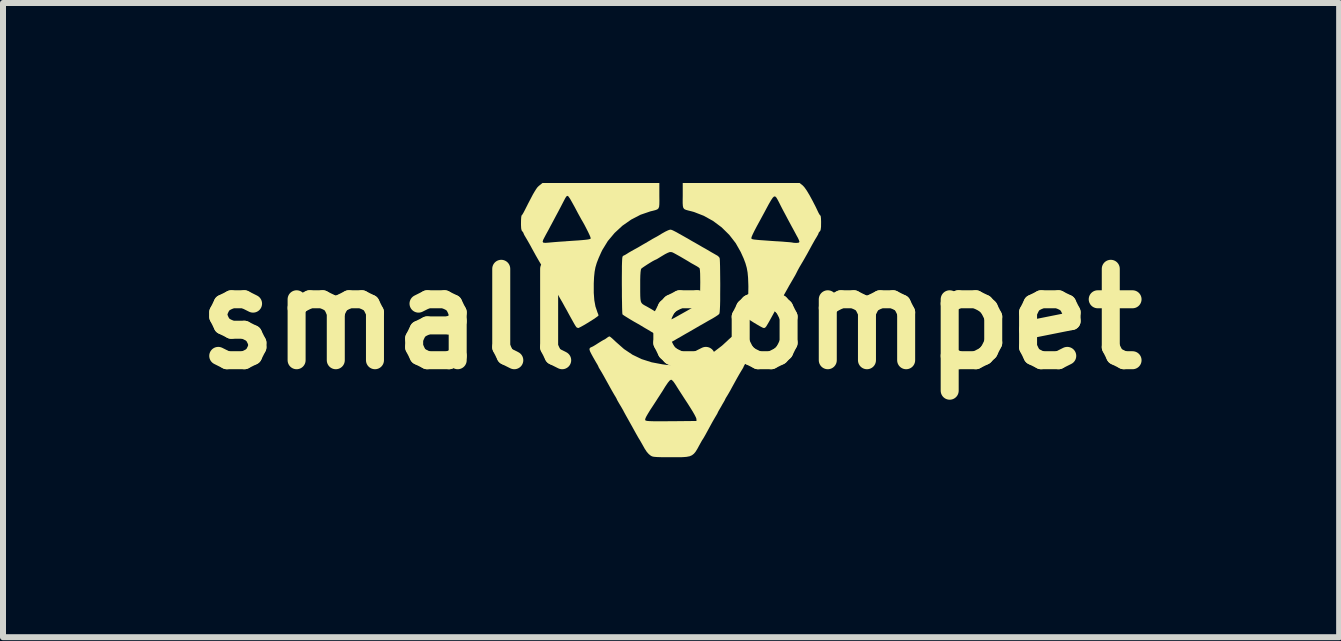
<source format=kicad_pcb>
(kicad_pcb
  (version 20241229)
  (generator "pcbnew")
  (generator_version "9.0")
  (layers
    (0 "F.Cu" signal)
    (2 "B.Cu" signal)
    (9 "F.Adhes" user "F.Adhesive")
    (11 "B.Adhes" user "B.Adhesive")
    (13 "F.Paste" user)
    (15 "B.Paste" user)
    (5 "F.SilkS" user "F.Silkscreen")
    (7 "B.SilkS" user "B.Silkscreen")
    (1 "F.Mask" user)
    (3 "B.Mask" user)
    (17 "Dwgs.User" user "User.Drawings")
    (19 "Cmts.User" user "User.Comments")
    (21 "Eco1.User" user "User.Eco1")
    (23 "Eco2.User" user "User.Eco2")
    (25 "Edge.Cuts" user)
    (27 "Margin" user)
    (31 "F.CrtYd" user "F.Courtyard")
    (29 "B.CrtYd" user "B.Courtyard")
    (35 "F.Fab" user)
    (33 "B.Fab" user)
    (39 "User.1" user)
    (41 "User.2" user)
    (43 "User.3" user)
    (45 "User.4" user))
  (footprint "small compet"
    (layer "F.Cu")
    (at 8.135 2.265)
    (property "Reference" "small compet" (at 0 0 0) (layer "F.SilkS") (effects (font (size 1.524 1.524) (thickness 0.3))))
    (attr board_only exclude_from_pos_files exclude_from_bom)
    (fp_poly (pts (xy -0.195 -2.051) (xy -0.194 -1.969) (xy -0.195 -1.909) (xy -0.199 -1.869) (xy -0.21 -1.842) (xy -0.229 -1.825) (xy -0.26 -1.813) (xy -0.306 -1.801) (xy -0.344 -1.792) (xy -0.508 -1.736) (xy -0.664 -1.655) (xy -0.81 -1.553) (xy -0.941 -1.432) (xy -1.054 -1.297) (xy -1.145 -1.149) (xy -1.163 -1.112) (xy -1.206 -1.016) (xy -1.238 -0.934) (xy -1.26 -0.86) (xy -1.274 -0.784) (xy -1.283 -0.697) (xy -1.288 -0.592) (xy -1.288 -0.578) (xy -1.288 -0.433) (xy -1.279 -0.311) (xy -1.26 -0.207) (xy -1.23 -0.119) (xy -1.229 -0.114) (xy -1.215 -0.08) (xy -1.209 -0.058) (xy -1.209 -0.056) (xy -1.22 -0.045) (xy -1.25 -0.023) (xy -1.294 0.007) (xy -1.346 0.04) (xy -1.401 0.074) (xy -1.455 0.106) (xy -1.5 0.131) (xy -1.534 0.148) (xy -1.548 0.153) (xy -1.573 0.143) (xy -1.58 0.135) (xy -1.592 0.118) (xy -1.612 0.085) (xy -1.64 0.035) (xy -1.679 -0.035) (xy -1.713 -0.097) (xy -1.736 -0.14) (xy -1.769 -0.198) (xy -1.806 -0.266) (xy -1.845 -0.333) (xy -1.883 -0.4) (xy -1.919 -0.464) (xy -1.949 -0.518) (xy -1.97 -0.555) (xy -1.97 -0.556) (xy -1.998 -0.604) (xy -2.026 -0.652) (xy -2.035 -0.667) (xy -2.061 -0.711) (xy -2.088 -0.762) (xy -2.096 -0.778) (xy -2.118 -0.821) (xy -2.138 -0.857) (xy -2.144 -0.868) (xy -2.195 -0.954) (xy -2.252 -1.053) (xy -2.317 -1.171) (xy -2.345 -1.223) (xy -2.375 -1.276) (xy -2.38 -1.285) (xy -2.14 -1.285) (xy -2.128 -1.27) (xy -2.094 -1.267) (xy -2.039 -1.271) (xy -1.985 -1.276) (xy -1.913 -1.282) (xy -1.832 -1.288) (xy -1.752 -1.293) (xy -1.751 -1.294) (xy -1.633 -1.302) (xy -1.541 -1.308) (xy -1.47 -1.314) (xy -1.418 -1.319) (xy -1.382 -1.324) (xy -1.359 -1.329) (xy -1.345 -1.334) (xy -1.339 -1.34) (xy -1.339 -1.342) (xy -1.343 -1.36) (xy -1.358 -1.397) (xy -1.382 -1.448) (xy -1.412 -1.507) (xy -1.445 -1.571) (xy -1.48 -1.633) (xy -1.494 -1.656) (xy -1.507 -1.68) (xy -1.529 -1.72) (xy -1.551 -1.76) (xy -1.606 -1.864) (xy -1.651 -1.945) (xy -1.684 -2.003) (xy -1.707 -2.036) (xy -1.715 -2.045) (xy -1.729 -2.051) (xy -1.743 -2.042) (xy -1.761 -2.016) (xy -1.782 -1.976) (xy -1.804 -1.934) (xy -1.834 -1.876) (xy -1.866 -1.815) (xy -1.878 -1.792) (xy -1.915 -1.723) (xy -1.957 -1.644) (xy -1.997 -1.569) (xy -2.008 -1.549) (xy -2.04 -1.488) (xy -2.072 -1.43) (xy -2.098 -1.382) (xy -2.107 -1.365) (xy -2.132 -1.316) (xy -2.14 -1.285) (xy -2.38 -1.285) (xy -2.405 -1.328) (xy -2.427 -1.365) (xy -2.447 -1.399) (xy -2.458 -1.424) (xy -2.459 -1.429) (xy -2.469 -1.448) (xy -2.48 -1.459) (xy -2.491 -1.476) (xy -2.498 -1.509) (xy -2.501 -1.562) (xy -2.501 -1.598) (xy -2.5 -1.654) (xy -2.497 -1.697) (xy -2.492 -1.722) (xy -2.49 -1.725) (xy -2.478 -1.739) (xy -2.459 -1.771) (xy -2.437 -1.813) (xy -2.382 -1.922) (xy -2.337 -2.008) (xy -2.302 -2.075) (xy -2.272 -2.126) (xy -2.248 -2.164) (xy -2.228 -2.192) (xy -2.208 -2.212) (xy -2.195 -2.223) (xy -2.143 -2.265) (xy -0.195 -2.265)) (stroke (width 0) (type solid)) (fill yes) (layer "F.SilkS"))
    (fp_poly (pts (xy 2.196 -2.223) (xy 2.225 -2.191) (xy 2.263 -2.137) (xy 2.308 -2.062) (xy 2.358 -1.97) (xy 2.412 -1.865) (xy 2.458 -1.768) (xy 2.475 -1.738) (xy 2.488 -1.723) (xy 2.49 -1.723) (xy 2.495 -1.71) (xy 2.499 -1.676) (xy 2.501 -1.626) (xy 2.501 -1.6) (xy 2.5 -1.534) (xy 2.495 -1.491) (xy 2.487 -1.467) (xy 2.48 -1.459) (xy 2.463 -1.439) (xy 2.459 -1.429) (xy 2.453 -1.411) (xy 2.435 -1.379) (xy 2.427 -1.365) (xy 2.403 -1.326) (xy 2.373 -1.273) (xy 2.345 -1.223) (xy 2.276 -1.096) (xy 2.216 -0.99) (xy 2.163 -0.9) (xy 2.144 -0.868) (xy 2.128 -0.839) (xy 2.106 -0.798) (xy 2.096 -0.778) (xy 2.071 -0.729) (xy 2.043 -0.681) (xy 2.035 -0.667) (xy 2.01 -0.624) (xy 1.981 -0.574) (xy 1.97 -0.556) (xy 1.95 -0.519) (xy 1.92 -0.466) (xy 1.884 -0.402) (xy 1.846 -0.336) (xy 1.845 -0.333) (xy 1.806 -0.265) (xy 1.769 -0.198) (xy 1.736 -0.139) (xy 1.713 -0.097) (xy 1.667 -0.013) (xy 1.632 0.05) (xy 1.606 0.094) (xy 1.588 0.124) (xy 1.574 0.141) (xy 1.563 0.149) (xy 1.552 0.152) (xy 1.544 0.152) (xy 1.524 0.145) (xy 1.486 0.125) (xy 1.436 0.096) (xy 1.377 0.061) (xy 1.373 0.058) (xy 1.316 0.022) (xy 1.267 -0.009) (xy 1.232 -0.033) (xy 1.215 -0.045) (xy 1.215 -0.045) (xy 1.213 -0.063) (xy 1.222 -0.096) (xy 1.226 -0.108) (xy 1.256 -0.196) (xy 1.277 -0.293) (xy 1.287 -0.405) (xy 1.289 -0.537) (xy 1.288 -0.578) (xy 1.284 -0.685) (xy 1.276 -0.773) (xy 1.262 -0.851) (xy 1.241 -0.925) (xy 1.211 -1.005) (xy 1.169 -1.098) (xy 1.163 -1.112) (xy 1.078 -1.262) (xy 1.013 -1.346) (xy 1.338 -1.346) (xy 1.339 -1.342) (xy 1.342 -1.336) (xy 1.35 -1.331) (xy 1.364 -1.326) (xy 1.389 -1.322) (xy 1.427 -1.318) (xy 1.48 -1.313) (xy 1.552 -1.308) (xy 1.646 -1.301) (xy 1.764 -1.293) (xy 1.772 -1.293) (xy 1.85 -1.288) (xy 1.92 -1.282) (xy 1.975 -1.278) (xy 2.01 -1.274) (xy 2.022 -1.272) (xy 2.044 -1.268) (xy 2.081 -1.266) (xy 2.088 -1.266) (xy 2.125 -1.269) (xy 2.139 -1.281) (xy 2.14 -1.285) (xy 2.133 -1.31) (xy 2.117 -1.345) (xy 2.113 -1.353) (xy 2.095 -1.385) (xy 2.069 -1.434) (xy 2.037 -1.493) (xy 2.013 -1.537) (xy 1.977 -1.604) (xy 1.941 -1.671) (xy 1.91 -1.73) (xy 1.895 -1.758) (xy 1.865 -1.814) (xy 1.831 -1.88) (xy 1.8 -1.942) (xy 1.774 -1.991) (xy 1.754 -2.024) (xy 1.735 -2.041) (xy 1.716 -2.039) (xy 1.694 -2.018) (xy 1.666 -1.976) (xy 1.629 -1.912) (xy 1.587 -1.834) (xy 1.555 -1.774) (xy 1.523 -1.715) (xy 1.497 -1.667) (xy 1.49 -1.654) (xy 1.433 -1.55) (xy 1.391 -1.47) (xy 1.361 -1.409) (xy 1.344 -1.369) (xy 1.338 -1.346) (xy 1.013 -1.346) (xy 0.97 -1.401) (xy 0.843 -1.526) (xy 0.701 -1.632) (xy 0.546 -1.718) (xy 0.384 -1.781) (xy 0.344 -1.792) (xy 0.288 -1.806) (xy 0.248 -1.817) (xy 0.221 -1.83) (xy 0.205 -1.85) (xy 0.197 -1.881) (xy 0.194 -1.928) (xy 0.194 -1.995) (xy 0.195 -2.051) (xy 0.195 -2.265) (xy 2.143 -2.265)) (stroke (width 0) (type solid)) (fill yes) (layer "F.SilkS"))
    (fp_poly (pts (xy -0.003 -1.486) (xy 0.01 -1.483) (xy 0.028 -1.476) (xy 0.054 -1.463) (xy 0.091 -1.444) (xy 0.142 -1.415) (xy 0.21 -1.377) (xy 0.298 -1.327) (xy 0.34 -1.302) (xy 0.409 -1.263) (xy 0.472 -1.227) (xy 0.523 -1.197) (xy 0.559 -1.177) (xy 0.57 -1.171) (xy 0.601 -1.153) (xy 0.645 -1.127) (xy 0.674 -1.11) (xy 0.718 -1.085) (xy 0.756 -1.063) (xy 0.773 -1.054) (xy 0.801 -1.03) (xy 0.811 -1.009) (xy 0.813 -0.988) (xy 0.815 -0.943) (xy 0.817 -0.878) (xy 0.818 -0.795) (xy 0.819 -0.699) (xy 0.82 -0.594) (xy 0.82 -0.541) (xy 0.819 -0.41) (xy 0.819 -0.304) (xy 0.817 -0.221) (xy 0.814 -0.16) (xy 0.811 -0.117) (xy 0.807 -0.092) (xy 0.802 -0.081) (xy 0.783 -0.065) (xy 0.746 -0.04) (xy 0.697 -0.01) (xy 0.674 0.003) (xy 0.62 0.033) (xy 0.551 0.073) (xy 0.473 0.117) (xy 0.396 0.162) (xy 0.375 0.174) (xy 0.308 0.213) (xy 0.246 0.248) (xy 0.196 0.277) (xy 0.162 0.297) (xy 0.153 0.302) (xy 0.119 0.321) (xy 0.076 0.346) (xy 0.063 0.354) (xy 0.026 0.375) (xy -0.001 0.387) (xy -0.007 0.388) (xy -0.025 0.382) (xy -0.06 0.365) (xy -0.106 0.339) (xy -0.128 0.327) (xy -0.177 0.299) (xy -0.215 0.277) (xy -0.238 0.265) (xy -0.242 0.264) (xy -0.257 0.257) (xy -0.289 0.239) (xy -0.331 0.214) (xy -0.339 0.209) (xy -0.384 0.182) (xy -0.446 0.146) (xy -0.517 0.103) (xy -0.592 0.06) (xy -0.614 0.048) (xy -0.678 0.01) (xy -0.735 -0.025) (xy -0.778 -0.052) (xy -0.804 -0.07) (xy -0.809 -0.075) (xy -0.812 -0.092) (xy -0.814 -0.134) (xy -0.816 -0.196) (xy -0.817 -0.277) (xy -0.819 -0.372) (xy -0.819 -0.453) (xy -0.514 -0.453) (xy -0.513 -0.382) (xy -0.51 -0.33) (xy -0.504 -0.293) (xy -0.493 -0.267) (xy -0.476 -0.248) (xy -0.451 -0.231) (xy -0.418 -0.213) (xy -0.41 -0.209) (xy -0.364 -0.183) (xy -0.321 -0.158) (xy -0.313 -0.153) (xy -0.272 -0.128) (xy -0.226 -0.102) (xy -0.22 -0.099) (xy -0.164 -0.068) (xy -0.127 -0.047) (xy -0.1 -0.03) (xy -0.077 -0.015) (xy -0.071 -0.01) (xy -0.04 0.008) (xy -0.011 0.012) (xy 0.024 -0.000184) (xy 0.06 -0.019) (xy 0.174 -0.083) (xy 0.265 -0.134) (xy 0.336 -0.175) (xy 0.39 -0.207) (xy 0.428 -0.231) (xy 0.453 -0.247) (xy 0.467 -0.259) (xy 0.469 -0.261) (xy 0.474 -0.281) (xy 0.479 -0.324) (xy 0.482 -0.383) (xy 0.485 -0.455) (xy 0.486 -0.533) (xy 0.487 -0.612) (xy 0.486 -0.688) (xy 0.485 -0.754) (xy 0.482 -0.805) (xy 0.478 -0.837) (xy 0.476 -0.843) (xy 0.458 -0.859) (xy 0.425 -0.88) (xy 0.41 -0.888) (xy 0.371 -0.91) (xy 0.34 -0.927) (xy 0.333 -0.931) (xy 0.283 -0.962) (xy 0.225 -0.996) (xy 0.164 -1.032) (xy 0.107 -1.064) (xy 0.06 -1.09) (xy 0.029 -1.106) (xy 0.024 -1.108) (xy 0.002 -1.114) (xy -0.023 -1.113) (xy -0.055 -1.101) (xy -0.099 -1.079) (xy -0.159 -1.043) (xy -0.198 -1.019) (xy -0.231 -0.999) (xy -0.252 -0.988) (xy -0.256 -0.987) (xy -0.273 -0.979) (xy -0.307 -0.961) (xy -0.35 -0.935) (xy -0.398 -0.905) (xy -0.442 -0.876) (xy -0.477 -0.852) (xy -0.496 -0.837) (xy -0.497 -0.836) (xy -0.503 -0.818) (xy -0.508 -0.782) (xy -0.512 -0.725) (xy -0.514 -0.645) (xy -0.514 -0.548) (xy -0.514 -0.453) (xy -0.819 -0.453) (xy -0.819 -0.478) (xy -0.82 -0.567) (xy -0.82 -0.695) (xy -0.819 -0.798) (xy -0.819 -0.878) (xy -0.817 -0.94) (xy -0.815 -0.984) (xy -0.813 -1.015) (xy -0.809 -1.034) (xy -0.804 -1.045) (xy -0.798 -1.051) (xy -0.795 -1.052) (xy -0.766 -1.066) (xy -0.736 -1.084) (xy -0.705 -1.104) (xy -0.66 -1.13) (xy -0.628 -1.148) (xy -0.584 -1.172) (xy -0.548 -1.192) (xy -0.531 -1.202) (xy -0.507 -1.216) (xy -0.468 -1.239) (xy -0.424 -1.264) (xy -0.377 -1.292) (xy -0.337 -1.315) (xy -0.313 -1.33) (xy -0.281 -1.348) (xy -0.264 -1.357) (xy -0.243 -1.368) (xy -0.205 -1.39) (xy -0.158 -1.419) (xy -0.144 -1.427) (xy -0.094 -1.455) (xy -0.05 -1.476) (xy -0.02 -1.486) (xy -0.015 -1.487)) (stroke (width 0) (type solid)) (fill yes) (layer "F.SilkS"))
    (fp_poly (pts (xy 1.045 0.3) (xy 1.072 0.317) (xy 1.103 0.339) (xy 1.125 0.353) (xy 1.154 0.368) (xy 1.174 0.379) (xy 1.201 0.395) (xy 1.242 0.419) (xy 1.282 0.442) (xy 1.323 0.468) (xy 1.351 0.492) (xy 1.362 0.508) (xy 1.357 0.528) (xy 1.34 0.563) (xy 1.312 0.617) (xy 1.269 0.69) (xy 1.249 0.726) (xy 1.227 0.764) (xy 1.212 0.791) (xy 1.209 0.8) (xy 1.202 0.815) (xy 1.185 0.844) (xy 1.176 0.858) (xy 1.145 0.91) (xy 1.107 0.976) (xy 1.06 1.061) (xy 1.017 1.139) (xy 0.988 1.193) (xy 0.958 1.245) (xy 0.936 1.282) (xy 0.916 1.314) (xy 0.904 1.336) (xy 0.903 1.339) (xy 0.897 1.353) (xy 0.879 1.385) (xy 0.853 1.429) (xy 0.841 1.451) (xy 0.813 1.499) (xy 0.791 1.537) (xy 0.779 1.56) (xy 0.778 1.564) (xy 0.771 1.579) (xy 0.754 1.608) (xy 0.745 1.623) (xy 0.722 1.662) (xy 0.692 1.714) (xy 0.664 1.765) (xy 0.613 1.859) (xy 0.573 1.932) (xy 0.545 1.981) (xy 0.529 2.007) (xy 0.528 2.008) (xy 0.516 2.026) (xy 0.496 2.062) (xy 0.472 2.105) (xy 0.439 2.166) (xy 0.41 2.213) (xy 0.381 2.248) (xy 0.349 2.273) (xy 0.31 2.29) (xy 0.258 2.3) (xy 0.191 2.305) (xy 0.104 2.306) (xy 0 2.306) (xy -0.101 2.306) (xy -0.177 2.305) (xy -0.234 2.303) (xy -0.274 2.3) (xy -0.302 2.296) (xy -0.322 2.289) (xy -0.336 2.282) (xy -0.371 2.254) (xy -0.404 2.217) (xy -0.439 2.164) (xy -0.472 2.105) (xy -0.497 2.061) (xy -0.517 2.026) (xy -0.528 2.008) (xy -0.54 1.989) (xy -0.56 1.954) (xy -0.577 1.924) (xy -0.601 1.881) (xy -0.633 1.823) (xy -0.668 1.76) (xy -0.685 1.73) (xy -0.716 1.674) (xy -0.431 1.674) (xy -0.431 1.687) (xy -0.428 1.691) (xy -0.419 1.696) (xy -0.398 1.701) (xy -0.363 1.704) (xy -0.312 1.706) (xy -0.242 1.707) (xy -0.15 1.707) (xy -0.034 1.706) (xy 0.005 1.706) (xy 0.424 1.702) (xy 0.423 1.667) (xy 0.415 1.644) (xy 0.394 1.602) (xy 0.361 1.544) (xy 0.318 1.475) (xy 0.277 1.41) (xy 0.227 1.334) (xy 0.178 1.258) (xy 0.134 1.19) (xy 0.099 1.135) (xy 0.078 1.101) (xy 0.042 1.048) (xy 0.014 1.019) (xy -0.000074 1.014) (xy -0.022 1.027) (xy -0.053 1.064) (xy -0.095 1.126) (xy -0.097 1.129) (xy -0.138 1.196) (xy -0.185 1.269) (xy -0.228 1.335) (xy -0.236 1.348) (xy -0.299 1.445) (xy -0.349 1.521) (xy -0.385 1.58) (xy -0.41 1.623) (xy -0.425 1.654) (xy -0.431 1.674) (xy -0.716 1.674) (xy -0.72 1.667) (xy -0.756 1.603) (xy -0.786 1.548) (xy -0.796 1.528) (xy -0.825 1.477) (xy -0.855 1.427) (xy -0.871 1.4) (xy -0.89 1.367) (xy -0.902 1.345) (xy -0.903 1.341) (xy -0.91 1.326) (xy -0.927 1.296) (xy -0.936 1.282) (xy -0.96 1.241) (xy -0.99 1.189) (xy -1.014 1.146) (xy -1.046 1.088) (xy -1.081 1.025) (xy -1.102 0.987) (xy -1.131 0.935) (xy -1.16 0.885) (xy -1.176 0.858) (xy -1.196 0.825) (xy -1.208 0.804) (xy -1.209 0.8) (xy -1.215 0.785) (xy -1.232 0.754) (xy -1.249 0.726) (xy -1.295 0.646) (xy -1.328 0.586) (xy -1.349 0.544) (xy -1.359 0.514) (xy -1.358 0.495) (xy -1.349 0.482) (xy -1.331 0.472) (xy -1.33 0.472) (xy -1.312 0.464) (xy -1.293 0.454) (xy -1.268 0.439) (xy -1.23 0.415) (xy -1.184 0.386) (xy -1.148 0.364) (xy -1.123 0.35) (xy -1.117 0.347) (xy -1.102 0.34) (xy -1.075 0.321) (xy -1.074 0.32) (xy -1.046 0.3) (xy -1.026 0.292) (xy -1.026 0.292) (xy -1.011 0.301) (xy -0.982 0.325) (xy -0.943 0.361) (xy -0.92 0.383) (xy -0.784 0.503) (xy -0.642 0.598) (xy -0.49 0.671) (xy -0.323 0.724) (xy -0.147 0.757) (xy -0.075 0.767) (xy -0.017 0.771) (xy 0.036 0.77) (xy 0.098 0.764) (xy 0.149 0.757) (xy 0.252 0.741) (xy 0.337 0.723) (xy 0.414 0.7) (xy 0.491 0.669) (xy 0.58 0.627) (xy 0.59 0.622) (xy 0.721 0.545) (xy 0.848 0.448) (xy 0.927 0.376) (xy 0.967 0.338) (xy 1 0.309) (xy 1.021 0.293) (xy 1.025 0.292)) (stroke (width 0) (type solid)) (fill yes) (layer "F.SilkS")))
  (gr_rect
    (start -3 -3)
    (end 19.271 7.571)
    (stroke (width 0.1) (type default))
    (fill no)
    (layer "Edge.Cuts")))
</source>
